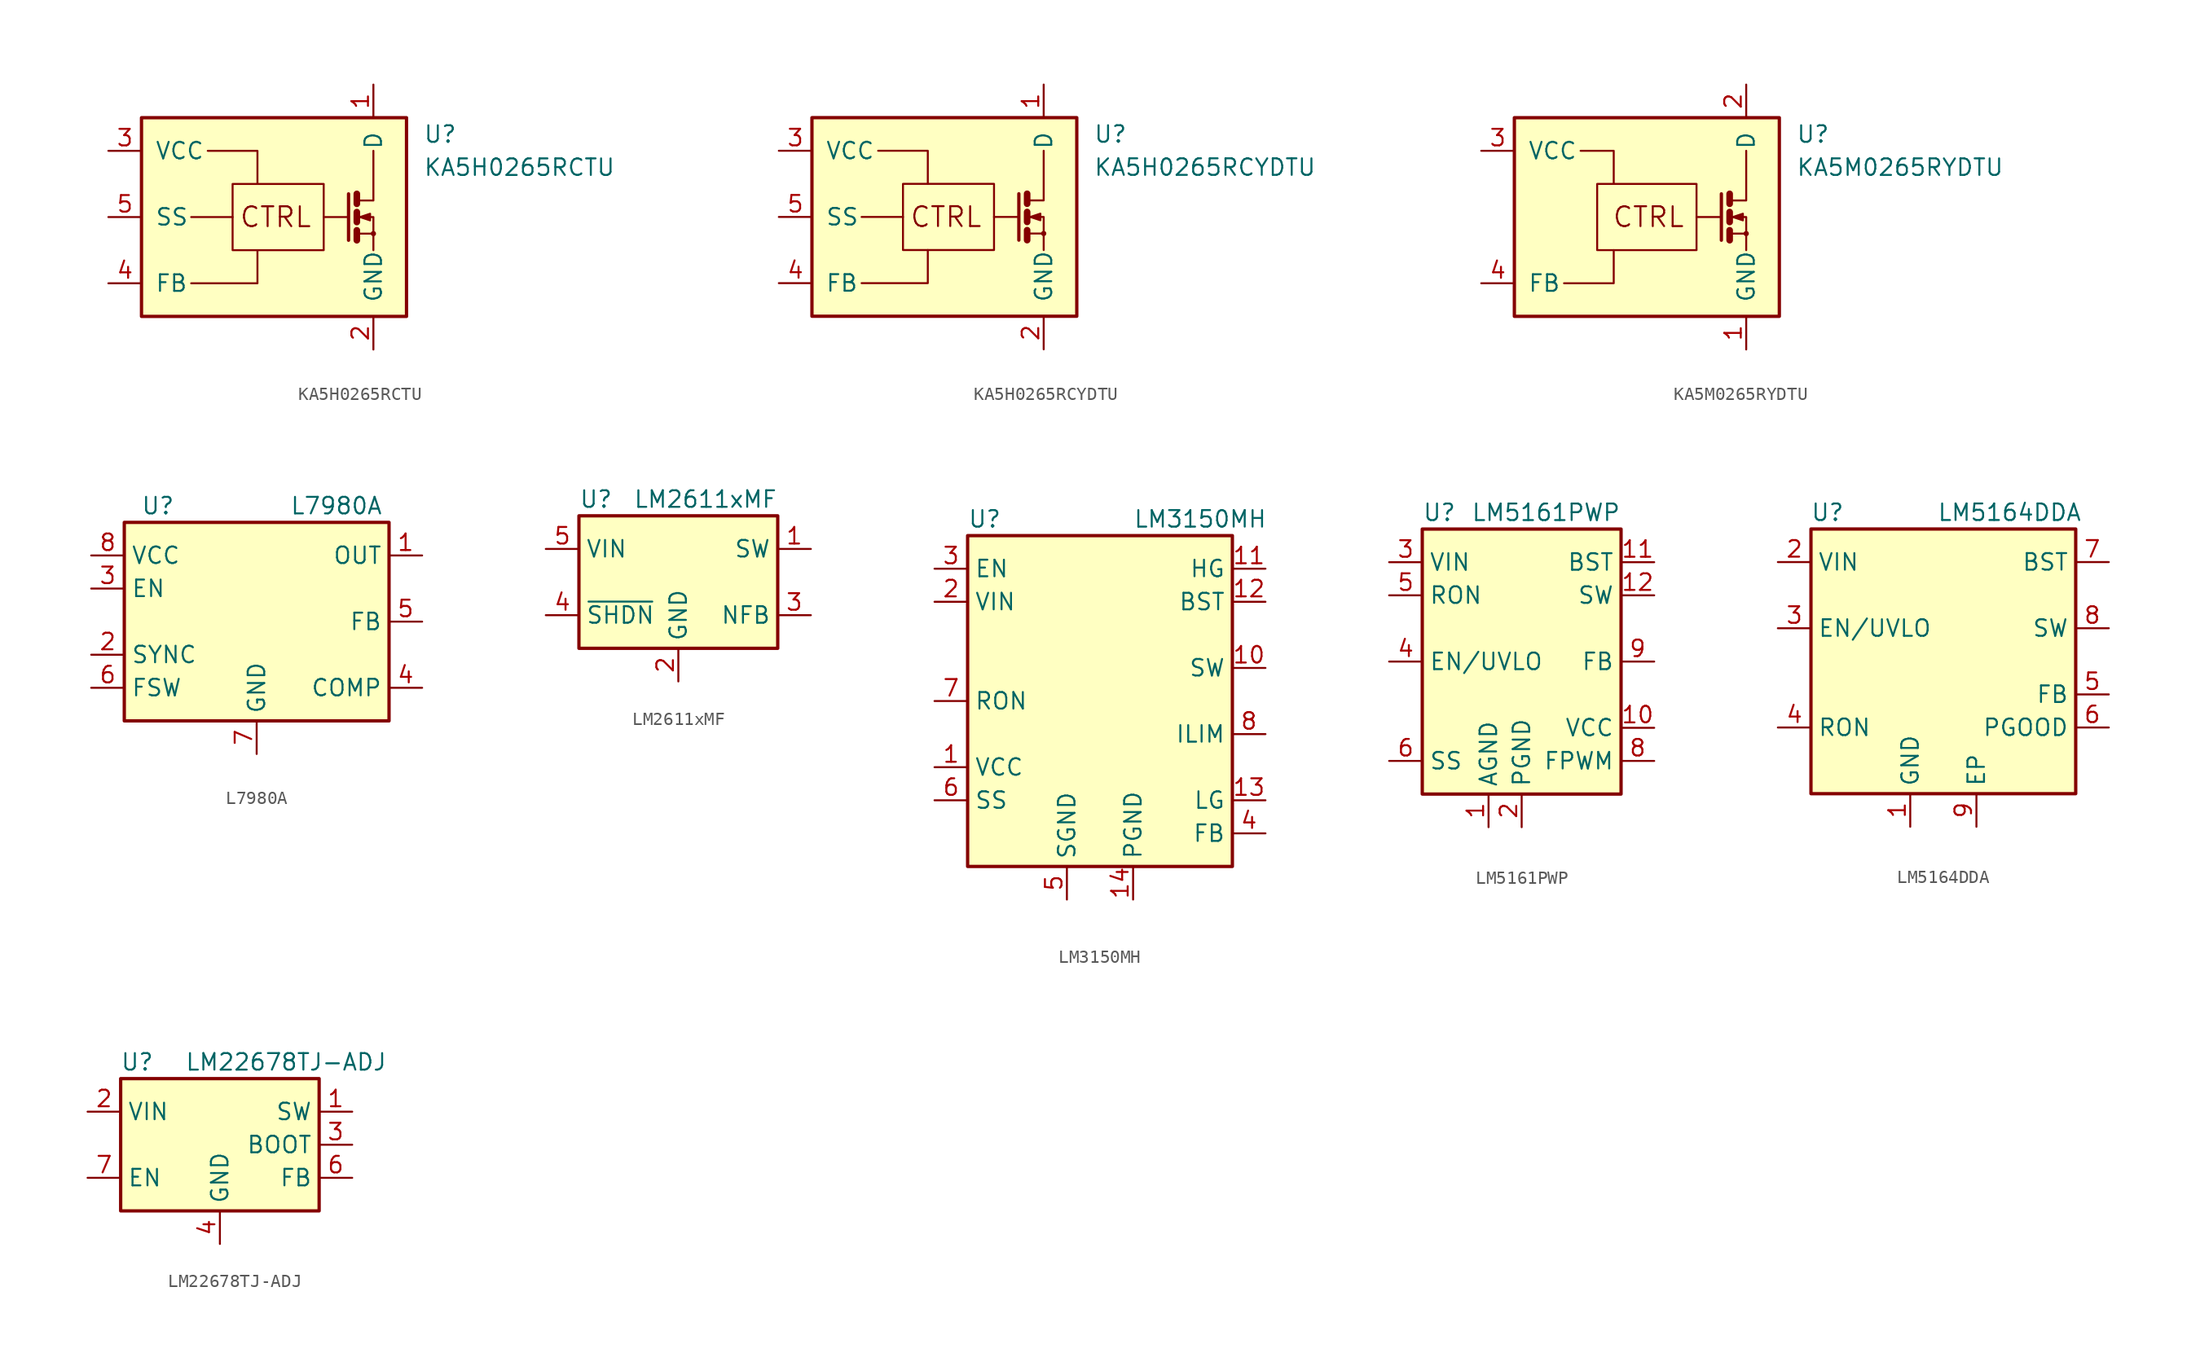
<source format=kicad_sym>
(kicad_symbol_lib
  (version 20201005)
  (generator kicad_symbol_editor)
  (symbol "KA5H0265RCTU"
    (pin_names
      (offset 1.016))
    (property "Reference" "U"
      (at 11.43 6.35 0)
      (effects (font (size 1.27 1.27)) (justify left)))
    (property "Value" "KA5H0265RCTU"
      (at 11.43 3.81 0)
      (effects (font (size 1.27 1.27)) (justify left)))
    (symbol "KA5H0265RCTU_0_0"
      (circle (center 7.62 -1.27) (radius 0.127) (stroke (width 0)) (fill (type none)))
      (text "CTRL" (at 0.127 0 0) (effects (font (size 1.524 1.524))))
      (rectangle (start -3.175 2.54) (end 3.81 -2.54) (stroke (width 0)) (fill (type none)))
      (rectangle (start -10.16 7.62) (end 10.16 -7.62) (stroke (width 0.254)) (fill (type background)))
      (polyline (pts (xy -3.175 0) (xy -6.35 0)) (stroke (width 0)) (fill (type none)))
      (polyline (pts (xy 3.81 0) (xy 5.715 0)) (stroke (width 0)) (fill (type none)))
      (polyline (pts (xy 5.715 1.778) (xy 5.715 -1.778)) (stroke (width 0.254)) (fill (type none)))
      (polyline (pts (xy 6.35 -1.27) (xy 7.62 -1.27)) (stroke (width 0)) (fill (type none)))
      (polyline (pts (xy 6.35 -1.016) (xy 6.35 -1.778)) (stroke (width 0.508)) (fill (type none)))
      (polyline (pts (xy 6.35 0.381) (xy 6.35 -0.381)) (stroke (width 0.508)) (fill (type none)))
      (polyline (pts (xy 6.35 1.778) (xy 6.35 1.016)) (stroke (width 0.508)) (fill (type none)))
      (polyline (pts (xy -6.35 -5.08) (xy -1.27 -5.08) (xy -1.27 -2.54)) (stroke (width 0)) (fill (type none)))
      (polyline (pts (xy -1.27 2.54) (xy -1.27 5.08) (xy -5.08 5.08)) (stroke (width 0)) (fill (type none)))
      (polyline (pts (xy 6.35 1.27) (xy 7.62 1.27) (xy 7.62 5.08)) (stroke (width 0)) (fill (type none)))
      (polyline (pts (xy 7.62 -1.905) (xy 7.62 -2.54) (xy 7.62 0) (xy 6.35 0)) (stroke (width 0)) (fill (type none)))
      (polyline (pts (xy 6.604 0) (xy 7.366 0.254) (xy 7.366 -0.254) (xy 6.604 0)) (stroke (width 0)) (fill (type outline))))
    (symbol "KA5H0265RCTU_1_1"
      (pin passive line (at 7.62 10.16 270) (length 2.54) (name "D" (effects (font (size 1.27 1.27)))) (number "1" (effects (font (size 1.27 1.27)))))
      (pin power_in line (at 7.62 -10.16 90) (length 2.54) (name "GND" (effects (font (size 1.27 1.27)))) (number "2" (effects (font (size 1.27 1.27)))))
      (pin power_in line (at -12.7 5.08 0) (length 2.54) (name "VCC" (effects (font (size 1.27 1.27)))) (number "3" (effects (font (size 1.27 1.27)))))
      (pin passive line (at -12.7 -5.08 0) (length 2.54) (name "FB" (effects (font (size 1.27 1.27)))) (number "4" (effects (font (size 1.27 1.27)))))
      (pin passive line (at -12.7 0 0) (length 2.54) (name "SS" (effects (font (size 1.27 1.27)))) (number "5" (effects (font (size 1.27 1.27)))))))
  (symbol "KA5H0265RCYDTU"
    (pin_names
      (offset 1.016))
    (property "Reference" "U"
      (at 11.43 6.35 0)
      (effects (font (size 1.27 1.27)) (justify left)))
    (property "Value" "KA5H0265RCYDTU"
      (at 11.43 3.81 0)
      (effects (font (size 1.27 1.27)) (justify left)))
    (symbol "KA5H0265RCYDTU_0_0"
      (circle (center 7.62 -1.27) (radius 0.127) (stroke (width 0)) (fill (type none)))
      (text "CTRL" (at 0.127 0 0) (effects (font (size 1.524 1.524))))
      (rectangle (start -3.175 2.54) (end 3.81 -2.54) (stroke (width 0)) (fill (type none)))
      (rectangle (start -10.16 7.62) (end 10.16 -7.62) (stroke (width 0.254)) (fill (type background)))
      (polyline (pts (xy -3.175 0) (xy -6.35 0)) (stroke (width 0)) (fill (type none)))
      (polyline (pts (xy 3.81 0) (xy 5.715 0)) (stroke (width 0)) (fill (type none)))
      (polyline (pts (xy 5.715 1.778) (xy 5.715 -1.778)) (stroke (width 0.254)) (fill (type none)))
      (polyline (pts (xy 6.35 -1.27) (xy 7.62 -1.27)) (stroke (width 0)) (fill (type none)))
      (polyline (pts (xy 6.35 -1.016) (xy 6.35 -1.778)) (stroke (width 0.508)) (fill (type none)))
      (polyline (pts (xy 6.35 0.381) (xy 6.35 -0.381)) (stroke (width 0.508)) (fill (type none)))
      (polyline (pts (xy 6.35 1.778) (xy 6.35 1.016)) (stroke (width 0.508)) (fill (type none)))
      (polyline (pts (xy -6.35 -5.08) (xy -1.27 -5.08) (xy -1.27 -2.54)) (stroke (width 0)) (fill (type none)))
      (polyline (pts (xy -1.27 2.54) (xy -1.27 5.08) (xy -5.08 5.08)) (stroke (width 0)) (fill (type none)))
      (polyline (pts (xy 6.35 1.27) (xy 7.62 1.27) (xy 7.62 5.08)) (stroke (width 0)) (fill (type none)))
      (polyline (pts (xy 7.62 -1.905) (xy 7.62 -2.54) (xy 7.62 0) (xy 6.35 0)) (stroke (width 0)) (fill (type none)))
      (polyline (pts (xy 6.604 0) (xy 7.366 0.254) (xy 7.366 -0.254) (xy 6.604 0)) (stroke (width 0)) (fill (type outline))))
    (symbol "KA5H0265RCYDTU_1_1"
      (pin passive line (at 7.62 10.16 270) (length 2.54) (name "D" (effects (font (size 1.27 1.27)))) (number "1" (effects (font (size 1.27 1.27)))))
      (pin power_in line (at 7.62 -10.16 90) (length 2.54) (name "GND" (effects (font (size 1.27 1.27)))) (number "2" (effects (font (size 1.27 1.27)))))
      (pin power_in line (at -12.7 5.08 0) (length 2.54) (name "VCC" (effects (font (size 1.27 1.27)))) (number "3" (effects (font (size 1.27 1.27)))))
      (pin passive line (at -12.7 -5.08 0) (length 2.54) (name "FB" (effects (font (size 1.27 1.27)))) (number "4" (effects (font (size 1.27 1.27)))))
      (pin passive line (at -12.7 0 0) (length 2.54) (name "SS" (effects (font (size 1.27 1.27)))) (number "5" (effects (font (size 1.27 1.27)))))))
  (symbol "KA5M0265RYDTU"
    (pin_names
      (offset 1.016))
    (property "Reference" "U"
      (at 11.43 6.35 0)
      (effects (font (size 1.27 1.27)) (justify left)))
    (property "Value" "KA5M0265RYDTU"
      (at 11.43 3.81 0)
      (effects (font (size 1.27 1.27)) (justify left)))
    (symbol "KA5M0265RYDTU_0_0"
      (circle (center 7.62 -1.27) (radius 0.127) (stroke (width 0)) (fill (type none)))
      (text "CTRL" (at 0.127 0 0) (effects (font (size 1.524 1.524))))
      (rectangle (start -3.81 2.54) (end 3.81 -2.54) (stroke (width 0)) (fill (type none)))
      (rectangle (start -10.16 7.62) (end 10.16 -7.62) (stroke (width 0.254)) (fill (type background)))
      (polyline (pts (xy 3.81 0) (xy 5.715 0)) (stroke (width 0)) (fill (type none)))
      (polyline (pts (xy 5.715 1.778) (xy 5.715 -1.778)) (stroke (width 0.254)) (fill (type none)))
      (polyline (pts (xy 6.35 -1.27) (xy 7.62 -1.27)) (stroke (width 0)) (fill (type none)))
      (polyline (pts (xy 6.35 -1.016) (xy 6.35 -1.778)) (stroke (width 0.508)) (fill (type none)))
      (polyline (pts (xy 6.35 0.381) (xy 6.35 -0.381)) (stroke (width 0.508)) (fill (type none)))
      (polyline (pts (xy 6.35 1.778) (xy 6.35 1.016)) (stroke (width 0.508)) (fill (type none)))
      (polyline (pts (xy -6.35 -5.08) (xy -2.54 -5.08) (xy -2.54 -2.54)) (stroke (width 0)) (fill (type none)))
      (polyline (pts (xy -5.08 5.08) (xy -2.54 5.08) (xy -2.54 2.54)) (stroke (width 0)) (fill (type none)))
      (polyline (pts (xy 6.35 1.27) (xy 7.62 1.27) (xy 7.62 5.08)) (stroke (width 0)) (fill (type none)))
      (polyline (pts (xy 7.62 -2.54) (xy 7.62 0) (xy 6.35 0)) (stroke (width 0)) (fill (type none)))
      (polyline (pts (xy 6.604 0) (xy 7.366 0.254) (xy 7.366 -0.254) (xy 6.604 0)) (stroke (width 0)) (fill (type outline))))
    (symbol "KA5M0265RYDTU_1_1"
      (pin power_in line (at 7.62 -10.16 90) (length 2.54) (name "GND" (effects (font (size 1.27 1.27)))) (number "1" (effects (font (size 1.27 1.27)))))
      (pin passive line (at 7.62 10.16 270) (length 2.54) (name "D" (effects (font (size 1.27 1.27)))) (number "2" (effects (font (size 1.27 1.27)))))
      (pin power_in line (at -12.7 5.08 0) (length 2.54) (name "VCC" (effects (font (size 1.27 1.27)))) (number "3" (effects (font (size 1.27 1.27)))))
      (pin passive line (at -12.7 -5.08 0) (length 2.54) (name "FB" (effects (font (size 1.27 1.27)))) (number "4" (effects (font (size 1.27 1.27)))))))
  (symbol "L7980A"
    (property "Reference" "U"
      (at -8.89 8.89 0)
      (effects (font (size 1.27 1.27)) (justify left)))
    (property "Value" "L7980A"
      (at 2.54 8.89 0)
      (effects (font (size 1.27 1.27)) (justify left)))
    (symbol "L7980A_0_1"
      (rectangle (start -10.16 7.62) (end 10.16 -7.62) (stroke (width 0.254)) (fill (type background))))
    (symbol "L7980A_1_1"
      (pin output line (at 12.7 5.08 180) (length 2.54) (name "OUT" (effects (font (size 1.27 1.27)))) (number "1" (effects (font (size 1.27 1.27)))))
      (pin bidirectional line (at -12.7 -2.54 0) (length 2.54) (name "SYNC" (effects (font (size 1.27 1.27)))) (number "2" (effects (font (size 1.27 1.27)))))
      (pin input line (at -12.7 2.54 0) (length 2.54) (name "EN" (effects (font (size 1.27 1.27)))) (number "3" (effects (font (size 1.27 1.27)))))
      (pin passive line (at 12.7 -5.08 180) (length 2.54) (name "COMP" (effects (font (size 1.27 1.27)))) (number "4" (effects (font (size 1.27 1.27)))))
      (pin input line (at 12.7 0 180) (length 2.54) (name "FB" (effects (font (size 1.27 1.27)))) (number "5" (effects (font (size 1.27 1.27)))))
      (pin input line (at -12.7 -5.08 0) (length 2.54) (name "FSW" (effects (font (size 1.27 1.27)))) (number "6" (effects (font (size 1.27 1.27)))))
      (pin power_in line (at 0 -10.16 90) (length 2.54) (name "GND" (effects (font (size 1.27 1.27)))) (number "7" (effects (font (size 1.27 1.27)))))
      (pin power_in line (at -12.7 5.08 0) (length 2.54) (name "VCC" (effects (font (size 1.27 1.27)))) (number "8" (effects (font (size 1.27 1.27)))))
      (pin passive line (at 0 -10.16 90) (length 2.54) hide (name "GND" (effects (font (size 1.27 1.27)))) (number "9" (effects (font (size 1.27 1.27)))))))
  (symbol "LM2611xMF"
    (property "Reference" "U"
      (at -7.62 6.35 0)
      (effects (font (size 1.27 1.27)) (justify left)))
    (property "Value" "LM2611xMF"
      (at 7.62 6.35 0)
      (effects (font (size 1.27 1.27)) (justify right)))
    (symbol "LM2611xMF_0_1"
      (rectangle (start -7.62 5.08) (end 7.62 -5.08) (stroke (width 0.254)) (fill (type background))))
    (symbol "LM2611xMF_1_1"
      (pin open_collector line (at 10.16 2.54 180) (length 2.54) (name "SW" (effects (font (size 1.27 1.27)))) (number "1" (effects (font (size 1.27 1.27)))))
      (pin power_in line (at 0 -7.62 90) (length 2.54) (name "GND" (effects (font (size 1.27 1.27)))) (number "2" (effects (font (size 1.27 1.27)))))
      (pin input line (at 10.16 -2.54 180) (length 2.54) (name "NFB" (effects (font (size 1.27 1.27)))) (number "3" (effects (font (size 1.27 1.27)))))
      (pin input line (at -10.16 -2.54 0) (length 2.54) (name "~SHDN" (effects (font (size 1.27 1.27)))) (number "4" (effects (font (size 1.27 1.27)))))
      (pin power_in line (at -10.16 2.54 0) (length 2.54) (name "VIN" (effects (font (size 1.27 1.27)))) (number "5" (effects (font (size 1.27 1.27)))))))
  (symbol "LM3150MH"
    (property "Reference" "U"
      (at -10.16 13.97 0)
      (effects (font (size 1.27 1.27)) (justify left)))
    (property "Value" "LM3150MH"
      (at 2.54 13.97 0)
      (effects (font (size 1.27 1.27)) (justify left)))
    (symbol "LM3150MH_0_1"
      (rectangle (start -10.16 12.7) (end 10.16 -12.7) (stroke (width 0.254)) (fill (type background))))
    (symbol "LM3150MH_1_1"
      (pin power_out line (at -12.7 -5.08 0) (length 2.54) (name "VCC" (effects (font (size 1.27 1.27)))) (number "1" (effects (font (size 1.27 1.27)))))
      (pin output line (at 12.7 2.54 180) (length 2.54) (name "SW" (effects (font (size 1.27 1.27)))) (number "10" (effects (font (size 1.27 1.27)))))
      (pin output line (at 12.7 10.16 180) (length 2.54) (name "HG" (effects (font (size 1.27 1.27)))) (number "11" (effects (font (size 1.27 1.27)))))
      (pin passive line (at 12.7 7.62 180) (length 2.54) (name "BST" (effects (font (size 1.27 1.27)))) (number "12" (effects (font (size 1.27 1.27)))))
      (pin output line (at 12.7 -7.62 180) (length 2.54) (name "LG" (effects (font (size 1.27 1.27)))) (number "13" (effects (font (size 1.27 1.27)))))
      (pin power_in line (at 2.54 -15.24 90) (length 2.54) (name "PGND" (effects (font (size 1.27 1.27)))) (number "14" (effects (font (size 1.27 1.27)))))
      (pin power_in line (at -2.54 -15.24 90) (length 2.54) hide (name "SGND" (effects (font (size 1.27 1.27)))) (number "15" (effects (font (size 1.27 1.27)))))
      (pin power_in line (at -12.7 7.62 0) (length 2.54) (name "VIN" (effects (font (size 1.27 1.27)))) (number "2" (effects (font (size 1.27 1.27)))))
      (pin input line (at -12.7 10.16 0) (length 2.54) (name "EN" (effects (font (size 1.27 1.27)))) (number "3" (effects (font (size 1.27 1.27)))))
      (pin input line (at 12.7 -10.16 180) (length 2.54) (name "FB" (effects (font (size 1.27 1.27)))) (number "4" (effects (font (size 1.27 1.27)))))
      (pin power_in line (at -2.54 -15.24 90) (length 2.54) (name "SGND" (effects (font (size 1.27 1.27)))) (number "5" (effects (font (size 1.27 1.27)))))
      (pin passive line (at -12.7 -7.62 0) (length 2.54) (name "SS" (effects (font (size 1.27 1.27)))) (number "6" (effects (font (size 1.27 1.27)))))
      (pin input line (at -12.7 0 0) (length 2.54) (name "RON" (effects (font (size 1.27 1.27)))) (number "7" (effects (font (size 1.27 1.27)))))
      (pin input line (at 12.7 -2.54 180) (length 2.54) (name "ILIM" (effects (font (size 1.27 1.27)))) (number "8" (effects (font (size 1.27 1.27)))))
      (pin power_in line (at -2.54 -15.24 90) (length 2.54) hide (name "SGND" (effects (font (size 1.27 1.27)))) (number "9" (effects (font (size 1.27 1.27)))))))
  (symbol "LM5161PWP"
    (property "Reference" "U"
      (at -7.62 11.43 0)
      (effects (font (size 1.27 1.27)) (justify left)))
    (property "Value" "LM5161PWP"
      (at 7.62 11.43 0)
      (effects (font (size 1.27 1.27)) (justify right)))
    (symbol "LM5161PWP_0_1"
      (rectangle (start -7.62 10.16) (end 7.62 -10.16) (stroke (width 0.254)) (fill (type background))))
    (symbol "LM5161PWP_1_1"
      (pin power_in line (at -2.54 -12.7 90) (length 2.54) (name "AGND" (effects (font (size 1.27 1.27)))) (number "1" (effects (font (size 1.27 1.27)))))
      (pin power_out line (at 10.16 -5.08 180) (length 2.54) (name "VCC" (effects (font (size 1.27 1.27)))) (number "10" (effects (font (size 1.27 1.27)))))
      (pin passive line (at 10.16 7.62 180) (length 2.54) (name "BST" (effects (font (size 1.27 1.27)))) (number "11" (effects (font (size 1.27 1.27)))))
      (pin power_out line (at 10.16 5.08 180) (length 2.54) (name "SW" (effects (font (size 1.27 1.27)))) (number "12" (effects (font (size 1.27 1.27)))))
      (pin passive line (at 10.16 5.08 180) (length 2.54) hide (name "SW" (effects (font (size 1.27 1.27)))) (number "13" (effects (font (size 1.27 1.27)))))
      (pin no_connect line (at -7.62 -5.08 0) (length 2.54) hide (name "NC" (effects (font (size 1.27 1.27)))) (number "14" (effects (font (size 1.27 1.27)))))
      (pin passive line (at -2.54 -12.7 90) (length 2.54) hide (name "AGND" (effects (font (size 1.27 1.27)))) (number "15" (effects (font (size 1.27 1.27)))))
      (pin power_in line (at 0 -12.7 90) (length 2.54) (name "PGND" (effects (font (size 1.27 1.27)))) (number "2" (effects (font (size 1.27 1.27)))))
      (pin power_in line (at -10.16 7.62 0) (length 2.54) (name "VIN" (effects (font (size 1.27 1.27)))) (number "3" (effects (font (size 1.27 1.27)))))
      (pin input line (at -10.16 0 0) (length 2.54) (name "EN/UVLO" (effects (font (size 1.27 1.27)))) (number "4" (effects (font (size 1.27 1.27)))))
      (pin input line (at -10.16 5.08 0) (length 2.54) (name "RON" (effects (font (size 1.27 1.27)))) (number "5" (effects (font (size 1.27 1.27)))))
      (pin passive line (at -10.16 -7.62 0) (length 2.54) (name "SS" (effects (font (size 1.27 1.27)))) (number "6" (effects (font (size 1.27 1.27)))))
      (pin no_connect line (at -7.62 -2.54 0) (length 2.54) hide (name "NC" (effects (font (size 1.27 1.27)))) (number "7" (effects (font (size 1.27 1.27)))))
      (pin input line (at 10.16 -7.62 180) (length 2.54) (name "FPWM" (effects (font (size 1.27 1.27)))) (number "8" (effects (font (size 1.27 1.27)))))
      (pin input line (at 10.16 0 180) (length 2.54) (name "FB" (effects (font (size 1.27 1.27)))) (number "9" (effects (font (size 1.27 1.27)))))))
  (symbol "LM5164DDA"
    (property "Reference" "U"
      (at -8.89 11.43 0)
      (effects (font (size 1.27 1.27))))
    (property "Value" "LM5164DDA"
      (at 5.08 11.43 0)
      (effects (font (size 1.27 1.27))))
    (symbol "LM5164DDA_1_1"
      (rectangle (start -10.16 10.16) (end 10.16 -10.16) (stroke (width 0.254)) (fill (type background)))
      (pin power_in line (at -2.54 -12.7 90) (length 2.54) (name "GND" (effects (font (size 1.27 1.27)))) (number "1" (effects (font (size 1.27 1.27)))))
      (pin power_in line (at -12.7 7.62 0) (length 2.54) (name "VIN" (effects (font (size 1.27 1.27)))) (number "2" (effects (font (size 1.27 1.27)))))
      (pin input line (at -12.7 2.54 0) (length 2.54) (name "EN/UVLO" (effects (font (size 1.27 1.27)))) (number "3" (effects (font (size 1.27 1.27)))))
      (pin passive line (at -12.7 -5.08 0) (length 2.54) (name "RON" (effects (font (size 1.27 1.27)))) (number "4" (effects (font (size 1.27 1.27)))))
      (pin input line (at 12.7 -2.54 180) (length 2.54) (name "FB" (effects (font (size 1.27 1.27)))) (number "5" (effects (font (size 1.27 1.27)))))
      (pin open_collector line (at 12.7 -5.08 180) (length 2.54) (name "PGOOD" (effects (font (size 1.27 1.27)))) (number "6" (effects (font (size 1.27 1.27)))))
      (pin passive line (at 12.7 7.62 180) (length 2.54) (name "BST" (effects (font (size 1.27 1.27)))) (number "7" (effects (font (size 1.27 1.27)))))
      (pin power_out line (at 12.7 2.54 180) (length 2.54) (name "SW" (effects (font (size 1.27 1.27)))) (number "8" (effects (font (size 1.27 1.27)))))
      (pin passive line (at 2.54 -12.7 90) (length 2.54) (name "EP" (effects (font (size 1.27 1.27)))) (number "9" (effects (font (size 1.27 1.27)))))))
  (symbol "LM22678TJ-ADJ"
    (property "Reference" "U"
      (at -6.35 6.35 0)
      (effects (font (size 1.27 1.27))))
    (property "Value" "LM22678TJ-ADJ"
      (at 5.08 6.35 0)
      (effects (font (size 1.27 1.27))))
    (symbol "LM22678TJ-ADJ_0_1"
      (rectangle (start -7.62 5.08) (end 7.62 -5.08) (stroke (width 0.254)) (fill (type background))))
    (symbol "LM22678TJ-ADJ_1_1"
      (pin power_out line (at 10.16 2.54 180) (length 2.54) (name "SW" (effects (font (size 1.27 1.27)))) (number "1" (effects (font (size 1.27 1.27)))))
      (pin power_in line (at -10.16 2.54 0) (length 2.54) (name "VIN" (effects (font (size 1.27 1.27)))) (number "2" (effects (font (size 1.27 1.27)))))
      (pin passive line (at 10.16 0 180) (length 2.54) (name "BOOT" (effects (font (size 1.27 1.27)))) (number "3" (effects (font (size 1.27 1.27)))))
      (pin power_in line (at 0 -7.62 90) (length 2.54) (name "GND" (effects (font (size 1.27 1.27)))) (number "4" (effects (font (size 1.27 1.27)))))
      (pin no_connect line (at -7.62 0 0) (length 2.54) hide (name "NC" (effects (font (size 1.27 1.27)))) (number "5" (effects (font (size 1.27 1.27)))))
      (pin input line (at 10.16 -2.54 180) (length 2.54) (name "FB" (effects (font (size 1.27 1.27)))) (number "6" (effects (font (size 1.27 1.27)))))
      (pin input line (at -10.16 -2.54 0) (length 2.54) (name "EN" (effects (font (size 1.27 1.27)))) (number "7" (effects (font (size 1.27 1.27)))))
      (pin passive line (at 0 -7.62 90) (length 2.54) hide (name "GND" (effects (font (size 1.27 1.27)))) (number "8" (effects (font (size 1.27 1.27))))))))
</source>
